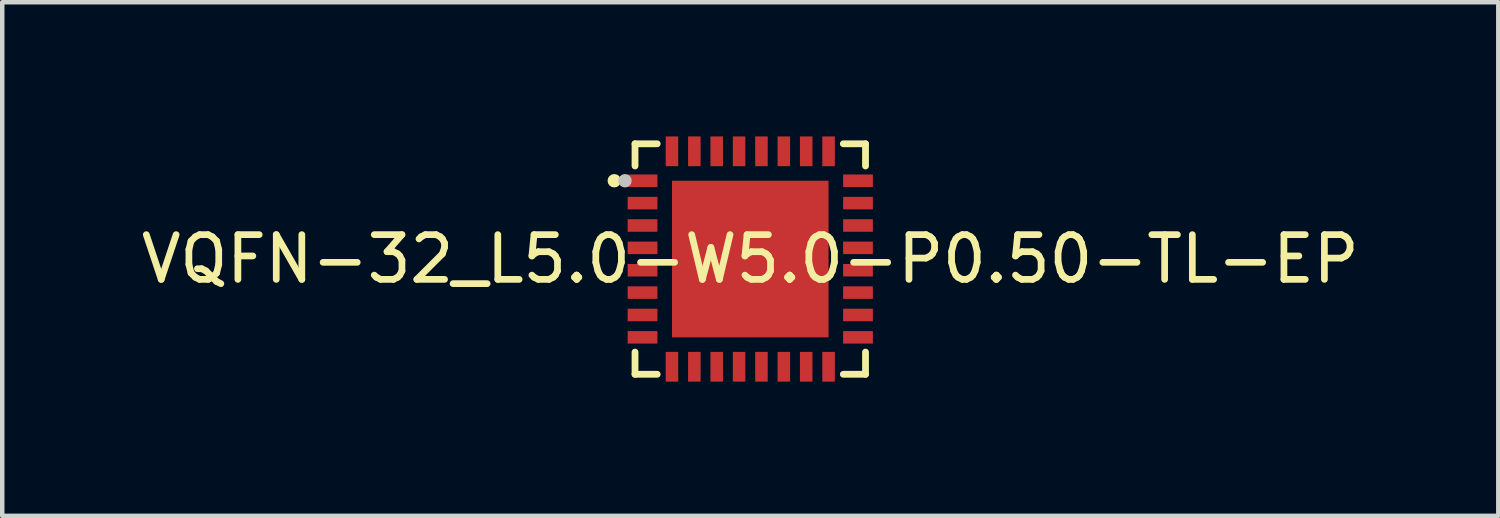
<source format=kicad_pcb>
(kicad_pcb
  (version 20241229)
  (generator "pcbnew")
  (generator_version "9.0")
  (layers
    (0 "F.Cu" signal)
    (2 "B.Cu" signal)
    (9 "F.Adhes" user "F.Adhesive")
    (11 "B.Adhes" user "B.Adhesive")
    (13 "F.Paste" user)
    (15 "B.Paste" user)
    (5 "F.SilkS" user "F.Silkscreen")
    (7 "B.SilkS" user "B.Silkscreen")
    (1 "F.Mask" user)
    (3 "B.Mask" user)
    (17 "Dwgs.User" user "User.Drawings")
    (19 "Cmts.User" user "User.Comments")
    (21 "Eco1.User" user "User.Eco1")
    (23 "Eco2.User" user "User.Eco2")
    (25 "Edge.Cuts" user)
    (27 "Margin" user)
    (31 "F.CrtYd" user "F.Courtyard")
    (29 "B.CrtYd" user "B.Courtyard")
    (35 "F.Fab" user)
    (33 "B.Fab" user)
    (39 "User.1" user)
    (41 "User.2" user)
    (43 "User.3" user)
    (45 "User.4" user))
  (footprint "VQFN-32_L5.0-W5.0-P0.50-TL-EP"
    (layer "F.Cu")
    (at 13.72 2.74)
    (property "Reference" "VQFN-32_L5.0-W5.0-P0.50-TL-EP" (at 0 0 0) (layer "F.SilkS") (effects (font (size 1 1) (thickness 0.15))))
    (fp_line (start -2.576 -2.576) (end -2.576 -2.08) (stroke (width 0.152) (type default)) (layer "F.SilkS"))
    (fp_line (start -2.576 2.576) (end -2.576 2.08) (stroke (width 0.152) (type default)) (layer "F.SilkS"))
    (fp_line (start -2.08 -2.576) (end -2.576 -2.576) (stroke (width 0.152) (type default)) (layer "F.SilkS"))
    (fp_line (start -2.08 2.576) (end -2.576 2.576) (stroke (width 0.152) (type default)) (layer "F.SilkS"))
    (fp_line (start 2.08 -2.576) (end 2.576 -2.576) (stroke (width 0.152) (type default)) (layer "F.SilkS"))
    (fp_line (start 2.08 2.576) (end 2.576 2.576) (stroke (width 0.152) (type default)) (layer "F.SilkS"))
    (fp_line (start 2.576 -2.576) (end 2.576 -2.08) (stroke (width 0.152) (type default)) (layer "F.SilkS"))
    (fp_line (start 2.576 2.576) (end 2.576 2.08) (stroke (width 0.152) (type default)) (layer "F.SilkS"))
    (fp_circle (center -3.04 -1.75) (end -2.965 -1.75) (stroke (width 0.15) (type default)) (fill no) (layer "F.SilkS"))
    (fp_poly (pts (xy -2.74 -1.89) (xy -2.74 -1.61) (xy -2.075 -1.61) (xy -2.075 -1.89)) (stroke (width 0) (type default)) (fill yes) (layer "F.Paste"))
    (fp_poly (pts (xy -2.74 -1.39) (xy -2.74 -1.11) (xy -2.075 -1.11) (xy -2.075 -1.39)) (stroke (width 0) (type default)) (fill yes) (layer "F.Paste"))
    (fp_poly (pts (xy -2.74 -0.89) (xy -2.74 -0.61) (xy -2.075 -0.61) (xy -2.075 -0.89)) (stroke (width 0) (type default)) (fill yes) (layer "F.Paste"))
    (fp_poly (pts (xy -2.74 -0.39) (xy -2.74 -0.11) (xy -2.075 -0.11) (xy -2.075 -0.39)) (stroke (width 0) (type default)) (fill yes) (layer "F.Paste"))
    (fp_poly (pts (xy -2.74 0.11) (xy -2.74 0.39) (xy -2.075 0.39) (xy -2.075 0.11)) (stroke (width 0) (type default)) (fill yes) (layer "F.Paste"))
    (fp_poly (pts (xy -2.74 0.61) (xy -2.74 0.89) (xy -2.075 0.89) (xy -2.075 0.61)) (stroke (width 0) (type default)) (fill yes) (layer "F.Paste"))
    (fp_poly (pts (xy -2.74 1.11) (xy -2.74 1.39) (xy -2.075 1.39) (xy -2.075 1.11)) (stroke (width 0) (type default)) (fill yes) (layer "F.Paste"))
    (fp_poly (pts (xy -2.74 1.61) (xy -2.74 1.89) (xy -2.075 1.89) (xy -2.075 1.61)) (stroke (width 0) (type default)) (fill yes) (layer "F.Paste"))
    (fp_poly (pts (xy -1.89 2.075) (xy -1.89 2.74) (xy -1.61 2.74) (xy -1.61 2.075)) (stroke (width 0) (type default)) (fill yes) (layer "F.Paste"))
    (fp_poly (pts (xy -1.61 -2.075) (xy -1.61 -2.74) (xy -1.89 -2.74) (xy -1.89 -2.075)) (stroke (width 0) (type default)) (fill yes) (layer "F.Paste"))
    (fp_poly (pts (xy -1.4 -1.4) (xy -1.4 1.4) (xy 1.4 1.4) (xy 1.4 -1.4)) (stroke (width 0) (type default)) (fill yes) (layer "F.Paste"))
    (fp_poly (pts (xy -1.39 2.075) (xy -1.39 2.74) (xy -1.11 2.74) (xy -1.11 2.075)) (stroke (width 0) (type default)) (fill yes) (layer "F.Paste"))
    (fp_poly (pts (xy -1.11 -2.075) (xy -1.11 -2.74) (xy -1.39 -2.74) (xy -1.39 -2.075)) (stroke (width 0) (type default)) (fill yes) (layer "F.Paste"))
    (fp_poly (pts (xy -0.61 -2.075) (xy -0.61 -2.74) (xy -0.89 -2.74) (xy -0.89 -2.075)) (stroke (width 0) (type default)) (fill yes) (layer "F.Paste"))
    (fp_poly (pts (xy -0.61 2.74) (xy -0.61 2.075) (xy -0.89 2.075) (xy -0.89 2.74)) (stroke (width 0) (type default)) (fill yes) (layer "F.Paste"))
    (fp_poly (pts (xy -0.11 -2.075) (xy -0.11 -2.74) (xy -0.39 -2.74) (xy -0.39 -2.075)) (stroke (width 0) (type default)) (fill yes) (layer "F.Paste"))
    (fp_poly (pts (xy -0.11 2.74) (xy -0.11 2.075) (xy -0.39 2.075) (xy -0.39 2.74)) (stroke (width 0) (type default)) (fill yes) (layer "F.Paste"))
    (fp_poly (pts (xy 0.11 -2.74) (xy 0.11 -2.075) (xy 0.39 -2.075) (xy 0.39 -2.74)) (stroke (width 0) (type default)) (fill yes) (layer "F.Paste"))
    (fp_poly (pts (xy 0.39 2.74) (xy 0.39 2.075) (xy 0.11 2.075) (xy 0.11 2.74)) (stroke (width 0) (type default)) (fill yes) (layer "F.Paste"))
    (fp_poly (pts (xy 0.61 -2.74) (xy 0.61 -2.075) (xy 0.89 -2.075) (xy 0.89 -2.74)) (stroke (width 0) (type default)) (fill yes) (layer "F.Paste"))
    (fp_poly (pts (xy 0.89 2.74) (xy 0.89 2.075) (xy 0.61 2.075) (xy 0.61 2.74)) (stroke (width 0) (type default)) (fill yes) (layer "F.Paste"))
    (fp_poly (pts (xy 1.39 -2.075) (xy 1.39 -2.74) (xy 1.11 -2.74) (xy 1.11 -2.075)) (stroke (width 0) (type default)) (fill yes) (layer "F.Paste"))
    (fp_poly (pts (xy 1.39 2.74) (xy 1.39 2.075) (xy 1.11 2.075) (xy 1.11 2.74)) (stroke (width 0) (type default)) (fill yes) (layer "F.Paste"))
    (fp_poly (pts (xy 1.89 -2.075) (xy 1.89 -2.74) (xy 1.61 -2.74) (xy 1.61 -2.075)) (stroke (width 0) (type default)) (fill yes) (layer "F.Paste"))
    (fp_poly (pts (xy 1.89 2.74) (xy 1.89 2.075) (xy 1.61 2.075) (xy 1.61 2.74)) (stroke (width 0) (type default)) (fill yes) (layer "F.Paste"))
    (fp_poly (pts (xy 2.075 1.61) (xy 2.075 1.89) (xy 2.74 1.89) (xy 2.74 1.61)) (stroke (width 0) (type default)) (fill yes) (layer "F.Paste"))
    (fp_poly (pts (xy 2.74 -1.61) (xy 2.74 -1.89) (xy 2.075 -1.89) (xy 2.075 -1.61)) (stroke (width 0) (type default)) (fill yes) (layer "F.Paste"))
    (fp_poly (pts (xy 2.74 -1.11) (xy 2.74 -1.39) (xy 2.075 -1.39) (xy 2.075 -1.11)) (stroke (width 0) (type default)) (fill yes) (layer "F.Paste"))
    (fp_poly (pts (xy 2.74 -0.61) (xy 2.74 -0.89) (xy 2.075 -0.89) (xy 2.075 -0.61)) (stroke (width 0) (type default)) (fill yes) (layer "F.Paste"))
    (fp_poly (pts (xy 2.74 -0.11) (xy 2.74 -0.39) (xy 2.075 -0.39) (xy 2.075 -0.11)) (stroke (width 0) (type default)) (fill yes) (layer "F.Paste"))
    (fp_poly (pts (xy 2.74 0.39) (xy 2.74 0.11) (xy 2.075 0.11) (xy 2.075 0.39)) (stroke (width 0) (type default)) (fill yes) (layer "F.Paste"))
    (fp_poly (pts (xy 2.74 0.89) (xy 2.74 0.61) (xy 2.075 0.61) (xy 2.075 0.89)) (stroke (width 0) (type default)) (fill yes) (layer "F.Paste"))
    (fp_poly (pts (xy 2.74 1.39) (xy 2.74 1.11) (xy 2.075 1.11) (xy 2.075 1.39)) (stroke (width 0) (type default)) (fill yes) (layer "F.Paste"))
    (fp_circle (center -2.8 -1.75) (end -2.725 -1.75) (stroke (width 0.15) (type default)) (fill no) (layer "Dwgs.User"))
    (fp_poly (pts (xy -2.5 -1.87) (xy -2.1 -1.87) (xy -2.1 -1.63) (xy -2.5 -1.63)) (stroke (width 0.1) (type default)) (fill no) (layer "User.1"))
    (fp_poly (pts (xy -2.5 -1.37) (xy -2.1 -1.37) (xy -2.1 -1.13) (xy -2.5 -1.13)) (stroke (width 0.1) (type default)) (fill no) (layer "User.1"))
    (fp_poly (pts (xy -2.5 -0.87) (xy -2.1 -0.87) (xy -2.1 -0.63) (xy -2.5 -0.63)) (stroke (width 0.1) (type default)) (fill no) (layer "User.1"))
    (fp_poly (pts (xy -2.5 -0.37) (xy -2.1 -0.37) (xy -2.1 -0.13) (xy -2.5 -0.13)) (stroke (width 0.1) (type default)) (fill no) (layer "User.1"))
    (fp_poly (pts (xy -2.5 0.13) (xy -2.1 0.13) (xy -2.1 0.37) (xy -2.5 0.37)) (stroke (width 0.1) (type default)) (fill no) (layer "User.1"))
    (fp_poly (pts (xy -2.5 0.63) (xy -2.1 0.63) (xy -2.1 0.87) (xy -2.5 0.87)) (stroke (width 0.1) (type default)) (fill no) (layer "User.1"))
    (fp_poly (pts (xy -2.5 1.13) (xy -2.1 1.13) (xy -2.1 1.37) (xy -2.5 1.37)) (stroke (width 0.1) (type default)) (fill no) (layer "User.1"))
    (fp_poly (pts (xy -2.5 1.63) (xy -2.1 1.63) (xy -2.1 1.87) (xy -2.5 1.87)) (stroke (width 0.1) (type default)) (fill no) (layer "User.1"))
    (fp_poly (pts (xy -1.87 -2.1) (xy -1.63 -2.1) (xy -1.63 -2.5) (xy -1.87 -2.5)) (stroke (width 0.1) (type default)) (fill no) (layer "User.1"))
    (fp_poly (pts (xy -1.87 2.1) (xy -1.63 2.1) (xy -1.63 2.5) (xy -1.87 2.5)) (stroke (width 0.1) (type default)) (fill no) (layer "User.1"))
    (fp_poly (pts (xy -1.75 -1.75) (xy 1.75 -1.75) (xy 1.75 1.75) (xy -1.75 1.75)) (stroke (width 0.1) (type default)) (fill no) (layer "User.1"))
    (fp_poly (pts (xy -1.37 -2.1) (xy -1.13 -2.1) (xy -1.13 -2.5) (xy -1.37 -2.5)) (stroke (width 0.1) (type default)) (fill no) (layer "User.1"))
    (fp_poly (pts (xy -1.37 2.1) (xy -1.13 2.1) (xy -1.13 2.5) (xy -1.37 2.5)) (stroke (width 0.1) (type default)) (fill no) (layer "User.1"))
    (fp_poly (pts (xy -0.87 -2.1) (xy -0.63 -2.1) (xy -0.63 -2.5) (xy -0.87 -2.5)) (stroke (width 0.1) (type default)) (fill no) (layer "User.1"))
    (fp_poly (pts (xy -0.87 2.1) (xy -0.63 2.1) (xy -0.63 2.5) (xy -0.87 2.5)) (stroke (width 0.1) (type default)) (fill no) (layer "User.1"))
    (fp_poly (pts (xy -0.37 -2.1) (xy -0.13 -2.1) (xy -0.13 -2.5) (xy -0.37 -2.5)) (stroke (width 0.1) (type default)) (fill no) (layer "User.1"))
    (fp_poly (pts (xy -0.37 2.1) (xy -0.13 2.1) (xy -0.13 2.5) (xy -0.37 2.5)) (stroke (width 0.1) (type default)) (fill no) (layer "User.1"))
    (fp_poly (pts (xy 0.13 -2.1) (xy 0.37 -2.1) (xy 0.37 -2.5) (xy 0.13 -2.5)) (stroke (width 0.1) (type default)) (fill no) (layer "User.1"))
    (fp_poly (pts (xy 0.13 2.1) (xy 0.37 2.1) (xy 0.37 2.5) (xy 0.13 2.5)) (stroke (width 0.1) (type default)) (fill no) (layer "User.1"))
    (fp_poly (pts (xy 0.63 -2.1) (xy 0.87 -2.1) (xy 0.87 -2.5) (xy 0.63 -2.5)) (stroke (width 0.1) (type default)) (fill no) (layer "User.1"))
    (fp_poly (pts (xy 0.63 2.1) (xy 0.87 2.1) (xy 0.87 2.5) (xy 0.63 2.5)) (stroke (width 0.1) (type default)) (fill no) (layer "User.1"))
    (fp_poly (pts (xy 1.13 -2.1) (xy 1.37 -2.1) (xy 1.37 -2.5) (xy 1.13 -2.5)) (stroke (width 0.1) (type default)) (fill no) (layer "User.1"))
    (fp_poly (pts (xy 1.13 2.1) (xy 1.37 2.1) (xy 1.37 2.5) (xy 1.13 2.5)) (stroke (width 0.1) (type default)) (fill no) (layer "User.1"))
    (fp_poly (pts (xy 1.63 -2.1) (xy 1.87 -2.1) (xy 1.87 -2.5) (xy 1.63 -2.5)) (stroke (width 0.1) (type default)) (fill no) (layer "User.1"))
    (fp_poly (pts (xy 1.63 2.1) (xy 1.87 2.1) (xy 1.87 2.5) (xy 1.63 2.5)) (stroke (width 0.1) (type default)) (fill no) (layer "User.1"))
    (fp_poly (pts (xy 2.5 -1.87) (xy 2.1 -1.87) (xy 2.1 -1.63) (xy 2.5 -1.63)) (stroke (width 0.1) (type default)) (fill no) (layer "User.1"))
    (fp_poly (pts (xy 2.5 -1.37) (xy 2.1 -1.37) (xy 2.1 -1.13) (xy 2.5 -1.13)) (stroke (width 0.1) (type default)) (fill no) (layer "User.1"))
    (fp_poly (pts (xy 2.5 -0.87) (xy 2.1 -0.87) (xy 2.1 -0.63) (xy 2.5 -0.63)) (stroke (width 0.1) (type default)) (fill no) (layer "User.1"))
    (fp_poly (pts (xy 2.5 -0.37) (xy 2.1 -0.37) (xy 2.1 -0.13) (xy 2.5 -0.13)) (stroke (width 0.1) (type default)) (fill no) (layer "User.1"))
    (fp_poly (pts (xy 2.5 0.13) (xy 2.1 0.13) (xy 2.1 0.37) (xy 2.5 0.37)) (stroke (width 0.1) (type default)) (fill no) (layer "User.1"))
    (fp_poly (pts (xy 2.5 0.63) (xy 2.1 0.63) (xy 2.1 0.87) (xy 2.5 0.87)) (stroke (width 0.1) (type default)) (fill no) (layer "User.1"))
    (fp_poly (pts (xy 2.5 1.13) (xy 2.1 1.13) (xy 2.1 1.37) (xy 2.5 1.37)) (stroke (width 0.1) (type default)) (fill no) (layer "User.1"))
    (fp_poly (pts (xy 2.5 1.63) (xy 2.1 1.63) (xy 2.1 1.87) (xy 2.5 1.87)) (stroke (width 0.1) (type default)) (fill no) (layer "User.1"))
    (fp_line (start -2.5 -2.5) (end 2.5 -2.5) (stroke (width 0.051) (type default)) (layer "User.2"))
    (fp_line (start -2.5 2.5) (end -2.5 -2.5) (stroke (width 0.051) (type default)) (layer "User.2"))
    (fp_line (start 2.5 -2.5) (end 2.5 2.5) (stroke (width 0.051) (type default)) (layer "User.2"))
    (fp_line (start 2.5 2.5) (end -2.5 2.5) (stroke (width 0.051) (type default)) (layer "User.2"))
    (fp_poly (pts (xy -2.44 -2.5) (xy -2.458 -2.542) (xy -2.5 -2.56) (xy -2.542 -2.542) (xy -2.56 -2.5) (xy -2.542 -2.458) (xy -2.5 -2.44) (xy -2.458 -2.458)) (stroke (width 0.1) (type default)) (fill no) (layer "User.3"))
    (pad "1" smd rect (at -2.408 -1.75) (size 0.665 0.28) (layers "F.Cu" "F.Mask" "F.Paste"))
    (pad "2" smd rect (at -2.408 -1.25) (size 0.665 0.28) (layers "F.Cu" "F.Mask" "F.Paste"))
    (pad "3" smd rect (at -2.408 -0.75) (size 0.665 0.28) (layers "F.Cu" "F.Mask" "F.Paste"))
    (pad "4" smd rect (at -2.408 -0.25) (size 0.665 0.28) (layers "F.Cu" "F.Mask" "F.Paste"))
    (pad "5" smd rect (at -2.408 0.25) (size 0.665 0.28) (layers "F.Cu" "F.Mask" "F.Paste"))
    (pad "6" smd rect (at -2.408 0.75) (size 0.665 0.28) (layers "F.Cu" "F.Mask" "F.Paste"))
    (pad "7" smd rect (at -2.408 1.25) (size 0.665 0.28) (layers "F.Cu" "F.Mask" "F.Paste"))
    (pad "8" smd rect (at -2.408 1.75) (size 0.665 0.28) (layers "F.Cu" "F.Mask" "F.Paste"))
    (pad "9" smd rect (at -1.75 2.408) (size 0.28 0.665) (layers "F.Cu" "F.Mask" "F.Paste"))
    (pad "10" smd rect (at -1.25 2.408) (size 0.28 0.665) (layers "F.Cu" "F.Mask" "F.Paste"))
    (pad "11" smd rect (at -0.75 2.408) (size 0.28 0.665) (layers "F.Cu" "F.Mask" "F.Paste"))
    (pad "12" smd rect (at -0.25 2.408) (size 0.28 0.665) (layers "F.Cu" "F.Mask" "F.Paste"))
    (pad "13" smd rect (at 0.25 2.408) (size 0.28 0.665) (layers "F.Cu" "F.Mask" "F.Paste"))
    (pad "14" smd rect (at 0.75 2.408) (size 0.28 0.665) (layers "F.Cu" "F.Mask" "F.Paste"))
    (pad "15" smd rect (at 1.25 2.408) (size 0.28 0.665) (layers "F.Cu" "F.Mask" "F.Paste"))
    (pad "16" smd rect (at 1.75 2.408) (size 0.28 0.665) (layers "F.Cu" "F.Mask" "F.Paste"))
    (pad "17" smd rect (at 2.408 1.75) (size 0.665 0.28) (layers "F.Cu" "F.Mask" "F.Paste"))
    (pad "18" smd rect (at 2.408 1.25) (size 0.665 0.28) (layers "F.Cu" "F.Mask" "F.Paste"))
    (pad "19" smd rect (at 2.408 0.75) (size 0.665 0.28) (layers "F.Cu" "F.Mask" "F.Paste"))
    (pad "20" smd rect (at 2.408 0.25) (size 0.665 0.28) (layers "F.Cu" "F.Mask" "F.Paste"))
    (pad "21" smd rect (at 2.408 -0.25) (size 0.665 0.28) (layers "F.Cu" "F.Mask" "F.Paste"))
    (pad "22" smd rect (at 2.408 -0.75) (size 0.665 0.28) (layers "F.Cu" "F.Mask" "F.Paste"))
    (pad "23" smd rect (at 2.408 -1.25) (size 0.665 0.28) (layers "F.Cu" "F.Mask" "F.Paste"))
    (pad "24" smd rect (at 2.408 -1.75) (size 0.665 0.28) (layers "F.Cu" "F.Mask" "F.Paste"))
    (pad "25" smd rect (at 1.75 -2.408) (size 0.28 0.665) (layers "F.Cu" "F.Mask" "F.Paste"))
    (pad "26" smd rect (at 1.25 -2.408) (size 0.28 0.665) (layers "F.Cu" "F.Mask" "F.Paste"))
    (pad "27" smd rect (at 0.75 -2.408) (size 0.28 0.665) (layers "F.Cu" "F.Mask" "F.Paste"))
    (pad "28" smd rect (at 0.25 -2.408) (size 0.28 0.665) (layers "F.Cu" "F.Mask" "F.Paste"))
    (pad "29" smd rect (at -0.25 -2.408) (size 0.28 0.665) (layers "F.Cu" "F.Mask" "F.Paste"))
    (pad "30" smd rect (at -0.75 -2.408) (size 0.28 0.665) (layers "F.Cu" "F.Mask" "F.Paste"))
    (pad "31" smd rect (at -1.25 -2.408) (size 0.28 0.665) (layers "F.Cu" "F.Mask" "F.Paste"))
    (pad "32" smd rect (at -1.75 -2.408) (size 0.28 0.665) (layers "F.Cu" "F.Mask" "F.Paste"))
    (pad "33" smd rect (at 0 0) (size 3.5 3.5) (layers "F.Cu" "F.Mask" "F.Paste")))
  (gr_rect
    (start -3 -3)
    (end 30.44 8.48)
    (stroke (width 0.1) (type default))
    (fill no)
    (layer "Edge.Cuts")))
</source>
